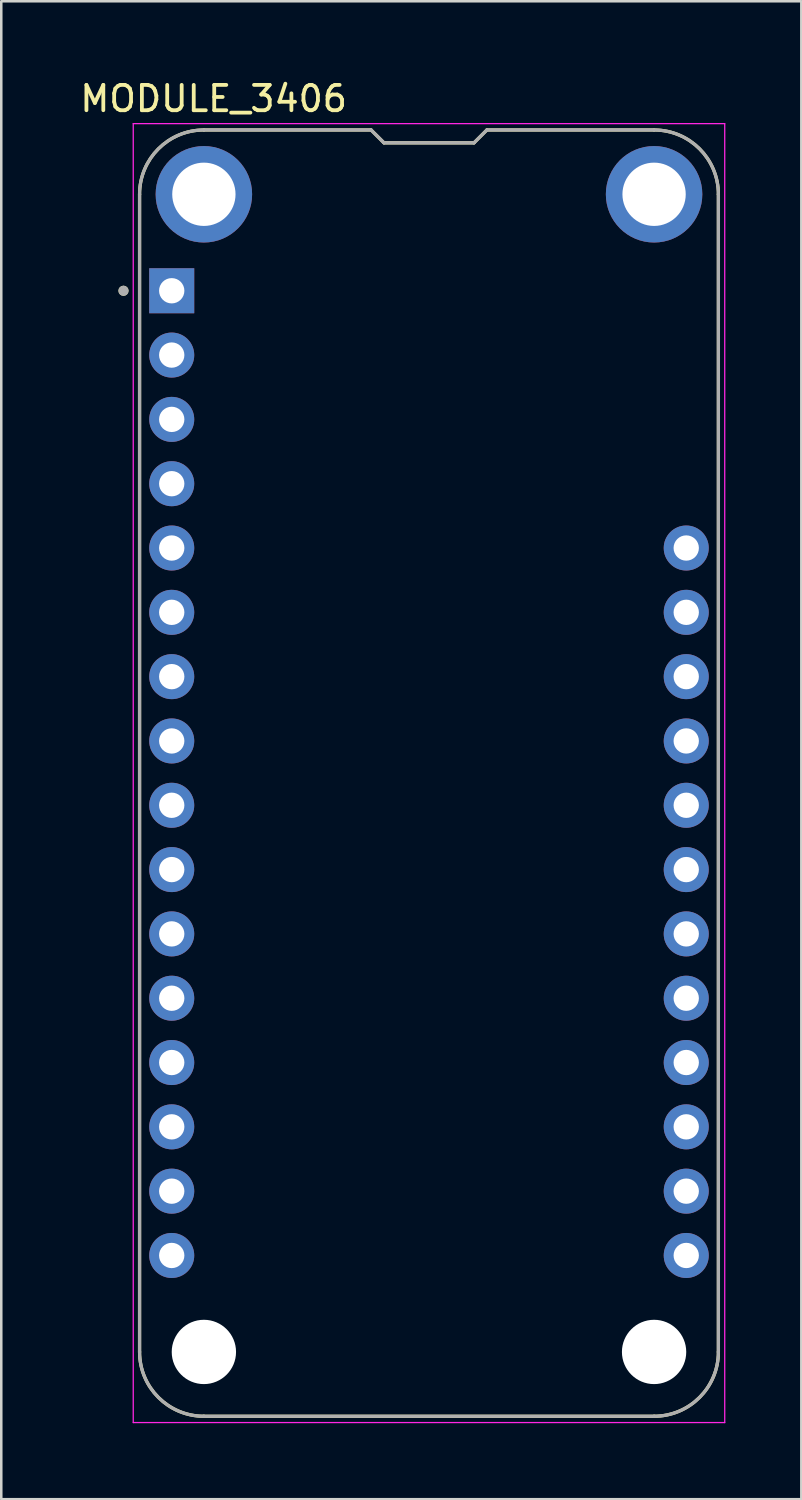
<source format=kicad_pcb>
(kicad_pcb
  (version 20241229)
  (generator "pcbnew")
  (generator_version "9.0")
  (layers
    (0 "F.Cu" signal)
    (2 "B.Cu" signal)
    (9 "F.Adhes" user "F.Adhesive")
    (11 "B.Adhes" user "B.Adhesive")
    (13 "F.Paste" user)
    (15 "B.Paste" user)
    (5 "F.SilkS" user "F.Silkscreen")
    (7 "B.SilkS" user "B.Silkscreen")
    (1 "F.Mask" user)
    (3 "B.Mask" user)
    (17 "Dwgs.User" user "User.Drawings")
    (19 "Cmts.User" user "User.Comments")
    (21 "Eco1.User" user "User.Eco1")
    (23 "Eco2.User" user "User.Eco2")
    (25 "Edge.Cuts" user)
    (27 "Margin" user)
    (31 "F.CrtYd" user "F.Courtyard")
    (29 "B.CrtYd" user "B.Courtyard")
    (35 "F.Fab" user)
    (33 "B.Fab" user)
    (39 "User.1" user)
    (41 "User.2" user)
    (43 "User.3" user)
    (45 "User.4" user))
  (footprint "MODULE_3406"
    (layer "F.Cu")
    (at 13.892 27.483)
    (property "Reference" "MODULE_3406" (at -8.505 -26.635 0) (layer "F.SilkS") (effects (font (size 1 1) (thickness 0.15))))
    (attr through_hole)
    (fp_line (start -11.43 -22.86) (end -11.43 22.86) (stroke (width 0.127) (type solid)) (layer "F.SilkS"))
    (fp_line (start -8.89 25.4) (end 8.89 25.4) (stroke (width 0.127) (type solid)) (layer "F.SilkS"))
    (fp_line (start -2.286 -25.4) (end -8.89 -25.4) (stroke (width 0.127) (type solid)) (layer "F.SilkS"))
    (fp_line (start -1.778 -24.892) (end -2.286 -25.4) (stroke (width 0.127) (type solid)) (layer "F.SilkS"))
    (fp_line (start 1.778 -24.892) (end -1.778 -24.892) (stroke (width 0.127) (type solid)) (layer "F.SilkS"))
    (fp_line (start 2.286 -25.4) (end 1.778 -24.892) (stroke (width 0.127) (type solid)) (layer "F.SilkS"))
    (fp_line (start 8.89 -25.4) (end 2.286 -25.4) (stroke (width 0.127) (type solid)) (layer "F.SilkS"))
    (fp_line (start 11.43 22.86) (end 11.43 -22.86) (stroke (width 0.127) (type solid)) (layer "F.SilkS"))
    (fp_arc (start -11.43 -22.86) (mid -10.686051 -24.656051) (end -8.89 -25.4) (stroke (width 0.127) (type solid)) (layer "F.SilkS"))
    (fp_arc (start -8.89 25.4) (mid -10.686051 24.656051) (end -11.43 22.86) (stroke (width 0.127) (type solid)) (layer "F.SilkS"))
    (fp_arc (start 8.89 -25.4) (mid 10.686051 -24.656051) (end 11.43 -22.86) (stroke (width 0.127) (type solid)) (layer "F.SilkS"))
    (fp_arc (start 11.43 22.86) (mid 10.686051 24.656051) (end 8.89 25.4) (stroke (width 0.127) (type solid)) (layer "F.SilkS"))
    (fp_circle (center -12.065 -19.05) (end -11.965 -19.05) (stroke (width 0.2) (type solid)) (fill no) (layer "F.SilkS"))
    (fp_line (start -11.68 -25.65) (end -11.68 25.65) (stroke (width 0.05) (type solid)) (layer "F.CrtYd"))
    (fp_line (start -11.68 25.65) (end 11.68 25.65) (stroke (width 0.05) (type solid)) (layer "F.CrtYd"))
    (fp_line (start 11.68 -25.65) (end -11.68 -25.65) (stroke (width 0.05) (type solid)) (layer "F.CrtYd"))
    (fp_line (start 11.68 25.65) (end 11.68 -25.65) (stroke (width 0.05) (type solid)) (layer "F.CrtYd"))
    (fp_line (start -11.43 -22.86) (end -11.43 22.86) (stroke (width 0.127) (type solid)) (layer "F.Fab"))
    (fp_line (start -8.89 25.4) (end 8.89 25.4) (stroke (width 0.127) (type solid)) (layer "F.Fab"))
    (fp_line (start -2.286 -25.4) (end -8.89 -25.4) (stroke (width 0.127) (type solid)) (layer "F.Fab"))
    (fp_line (start -1.778 -24.892) (end -2.286 -25.4) (stroke (width 0.127) (type solid)) (layer "F.Fab"))
    (fp_line (start 1.778 -24.892) (end -1.778 -24.892) (stroke (width 0.127) (type solid)) (layer "F.Fab"))
    (fp_line (start 2.286 -25.4) (end 1.778 -24.892) (stroke (width 0.127) (type solid)) (layer "F.Fab"))
    (fp_line (start 8.89 -25.4) (end 2.286 -25.4) (stroke (width 0.127) (type solid)) (layer "F.Fab"))
    (fp_line (start 11.43 22.86) (end 11.43 -22.86) (stroke (width 0.127) (type solid)) (layer "F.Fab"))
    (fp_arc (start -11.43 -22.86) (mid -10.686051 -24.656051) (end -8.89 -25.4) (stroke (width 0.127) (type solid)) (layer "F.Fab"))
    (fp_arc (start -8.89 25.4) (mid -10.686051 24.656051) (end -11.43 22.86) (stroke (width 0.127) (type solid)) (layer "F.Fab"))
    (fp_arc (start 8.89 -25.4) (mid 10.686051 -24.656051) (end 11.43 -22.86) (stroke (width 0.127) (type solid)) (layer "F.Fab"))
    (fp_arc (start 11.43 22.86) (mid 10.686051 24.656051) (end 8.89 25.4) (stroke (width 0.127) (type solid)) (layer "F.Fab"))
    (fp_circle (center -12.065 -19.05) (end -11.965 -19.05) (stroke (width 0.2) (type solid)) (fill no) (layer "F.Fab"))
    (pad "" np_thru_hole circle (at -8.89 22.86) (size 2.54 2.54) (drill 2.54) (layers "*.Cu" "*.Mask"))
    (pad "" np_thru_hole circle (at 8.89 22.86) (size 2.54 2.54) (drill 2.54) (layers "*.Cu" "*.Mask"))
    (pad "1" thru_hole rect (at -10.16 -19.05) (size 1.778 1.778) (drill 1) (layers "*.Cu" "*.Mask"))
    (pad "2" thru_hole circle (at -10.16 -16.51) (size 1.778 1.778) (drill 1) (layers "*.Cu" "*.Mask"))
    (pad "3" thru_hole circle (at -10.16 -13.97) (size 1.778 1.778) (drill 1) (layers "*.Cu" "*.Mask"))
    (pad "4" thru_hole circle (at -10.16 -11.43) (size 1.778 1.778) (drill 1) (layers "*.Cu" "*.Mask"))
    (pad "5" thru_hole circle (at -10.16 -8.89) (size 1.778 1.778) (drill 1) (layers "*.Cu" "*.Mask"))
    (pad "6" thru_hole circle (at -10.16 -6.35) (size 1.778 1.778) (drill 1) (layers "*.Cu" "*.Mask"))
    (pad "7" thru_hole circle (at -10.16 -3.81) (size 1.778 1.778) (drill 1) (layers "*.Cu" "*.Mask"))
    (pad "8" thru_hole circle (at -10.16 -1.27) (size 1.778 1.778) (drill 1) (layers "*.Cu" "*.Mask"))
    (pad "9" thru_hole circle (at -10.16 1.27) (size 1.778 1.778) (drill 1) (layers "*.Cu" "*.Mask"))
    (pad "10" thru_hole circle (at -10.16 3.81) (size 1.778 1.778) (drill 1) (layers "*.Cu" "*.Mask"))
    (pad "11" thru_hole circle (at -10.16 6.35) (size 1.778 1.778) (drill 1) (layers "*.Cu" "*.Mask"))
    (pad "12" thru_hole circle (at -10.16 8.89) (size 1.778 1.778) (drill 1) (layers "*.Cu" "*.Mask"))
    (pad "13" thru_hole circle (at -10.16 11.43) (size 1.778 1.778) (drill 1) (layers "*.Cu" "*.Mask"))
    (pad "14" thru_hole circle (at -10.16 13.97) (size 1.778 1.778) (drill 1) (layers "*.Cu" "*.Mask"))
    (pad "15" thru_hole circle (at -10.16 16.51) (size 1.778 1.778) (drill 1) (layers "*.Cu" "*.Mask"))
    (pad "16" thru_hole circle (at -10.16 19.05) (size 1.778 1.778) (drill 1) (layers "*.Cu" "*.Mask"))
    (pad "17" thru_hole circle (at 10.16 19.05) (size 1.778 1.778) (drill 1) (layers "*.Cu" "*.Mask"))
    (pad "18" thru_hole circle (at 10.16 16.51) (size 1.778 1.778) (drill 1) (layers "*.Cu" "*.Mask"))
    (pad "19" thru_hole circle (at 10.16 13.97) (size 1.778 1.778) (drill 1) (layers "*.Cu" "*.Mask"))
    (pad "20" thru_hole circle (at 10.16 11.43) (size 1.778 1.778) (drill 1) (layers "*.Cu" "*.Mask"))
    (pad "21" thru_hole circle (at 10.16 8.89) (size 1.778 1.778) (drill 1) (layers "*.Cu" "*.Mask"))
    (pad "22" thru_hole circle (at 10.16 6.35) (size 1.778 1.778) (drill 1) (layers "*.Cu" "*.Mask"))
    (pad "23" thru_hole circle (at 10.16 3.81) (size 1.778 1.778) (drill 1) (layers "*.Cu" "*.Mask"))
    (pad "24" thru_hole circle (at 10.16 1.27) (size 1.778 1.778) (drill 1) (layers "*.Cu" "*.Mask"))
    (pad "25" thru_hole circle (at 10.16 -1.27) (size 1.778 1.778) (drill 1) (layers "*.Cu" "*.Mask"))
    (pad "26" thru_hole circle (at 10.16 -3.81) (size 1.778 1.778) (drill 1) (layers "*.Cu" "*.Mask"))
    (pad "27" thru_hole circle (at 10.16 -6.35) (size 1.778 1.778) (drill 1) (layers "*.Cu" "*.Mask"))
    (pad "28" thru_hole circle (at 10.16 -8.89) (size 1.778 1.778) (drill 1) (layers "*.Cu" "*.Mask"))
    (pad "P1" thru_hole circle (at 8.89 -22.86) (size 3.81 3.81) (drill 2.5) (layers "*.Cu" "*.Mask"))
    (pad "P2" thru_hole circle (at -8.89 -22.86) (size 3.81 3.81) (drill 2.5) (layers "*.Cu" "*.Mask")))
  (gr_rect
    (start -3 -3)
    (end 28.597 56.158)
    (stroke (width 0.1) (type default))
    (fill no)
    (layer "Edge.Cuts")))
</source>
